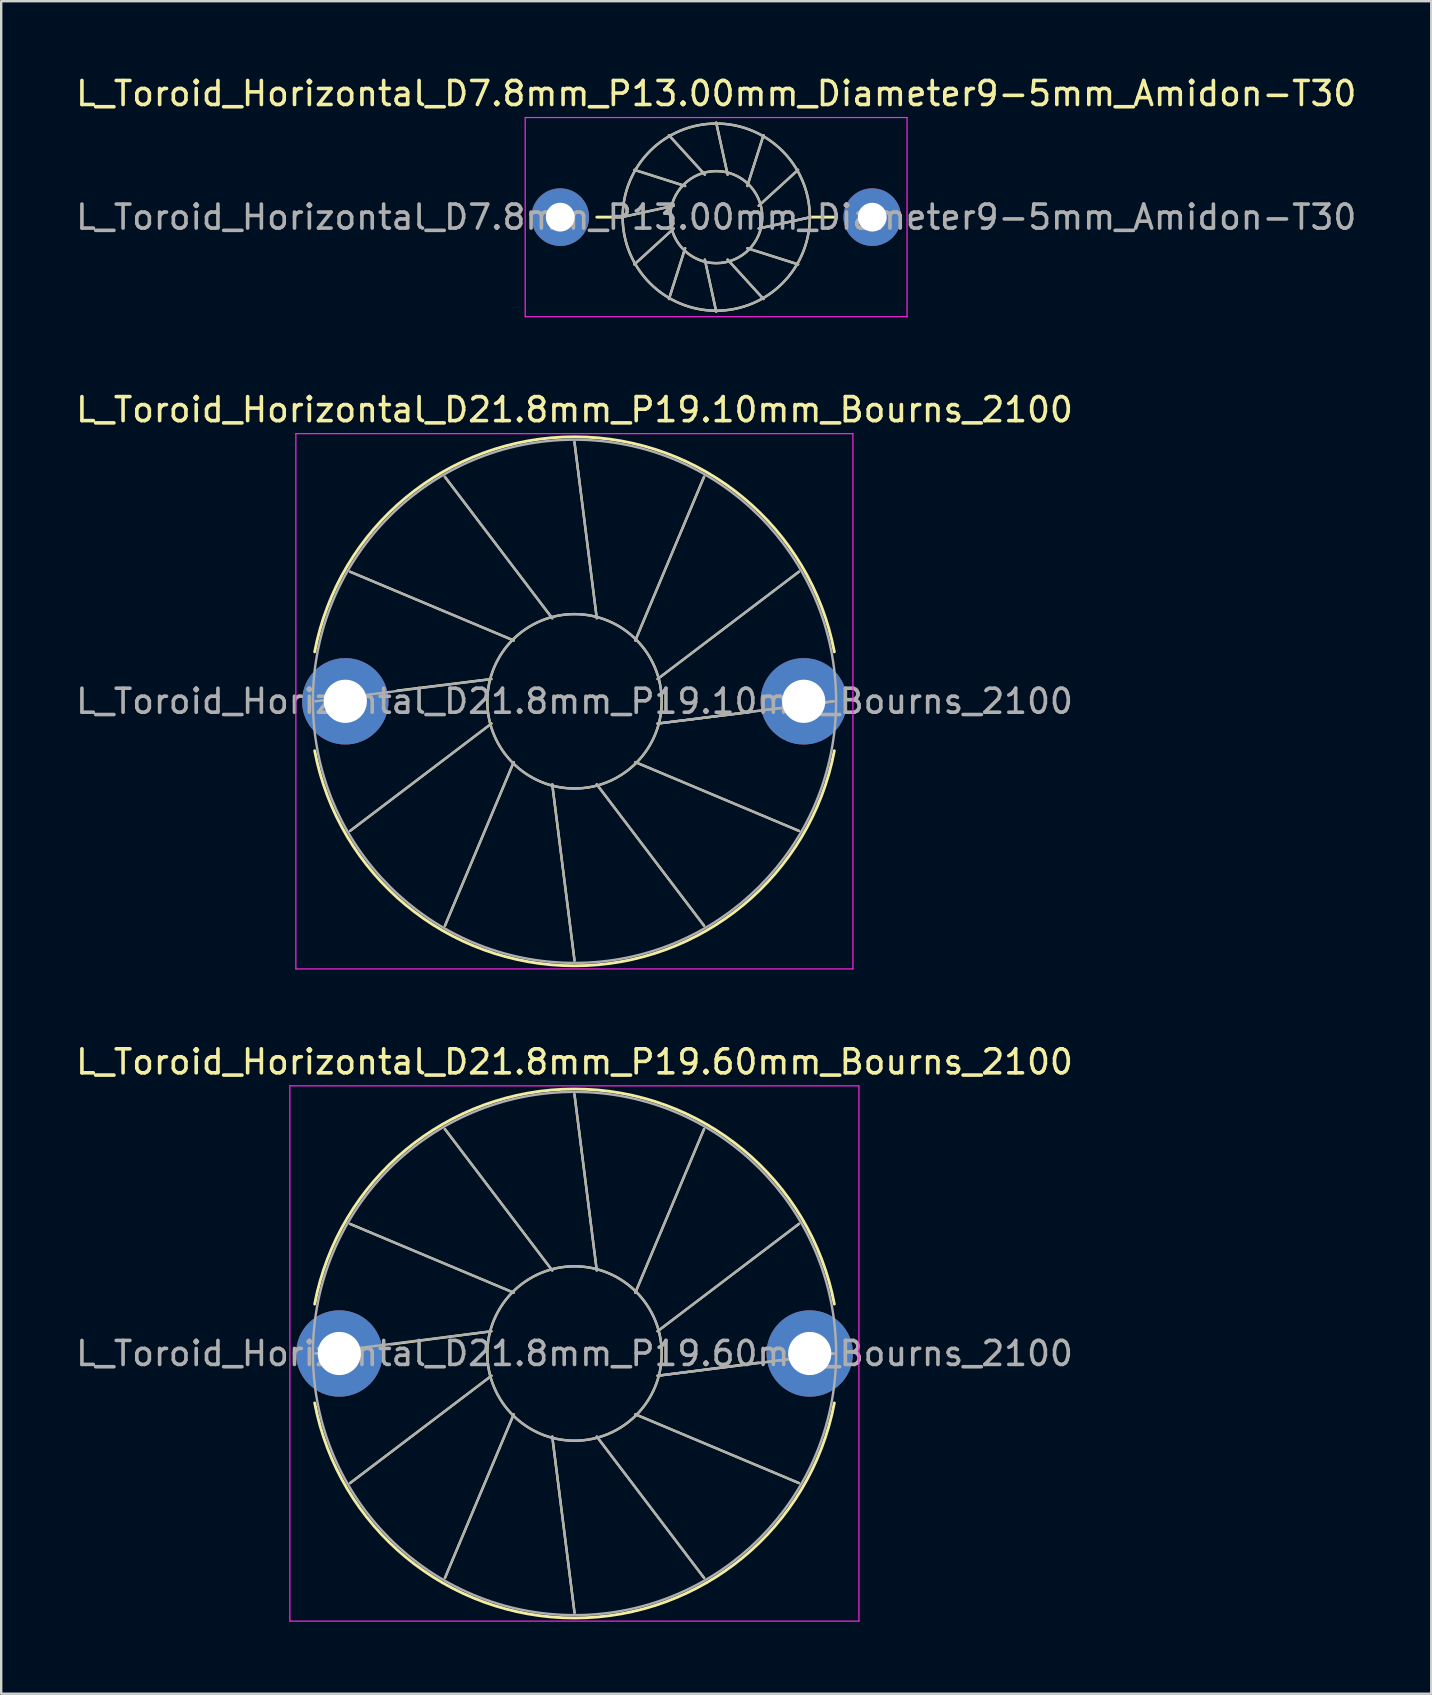
<source format=kicad_pcb>
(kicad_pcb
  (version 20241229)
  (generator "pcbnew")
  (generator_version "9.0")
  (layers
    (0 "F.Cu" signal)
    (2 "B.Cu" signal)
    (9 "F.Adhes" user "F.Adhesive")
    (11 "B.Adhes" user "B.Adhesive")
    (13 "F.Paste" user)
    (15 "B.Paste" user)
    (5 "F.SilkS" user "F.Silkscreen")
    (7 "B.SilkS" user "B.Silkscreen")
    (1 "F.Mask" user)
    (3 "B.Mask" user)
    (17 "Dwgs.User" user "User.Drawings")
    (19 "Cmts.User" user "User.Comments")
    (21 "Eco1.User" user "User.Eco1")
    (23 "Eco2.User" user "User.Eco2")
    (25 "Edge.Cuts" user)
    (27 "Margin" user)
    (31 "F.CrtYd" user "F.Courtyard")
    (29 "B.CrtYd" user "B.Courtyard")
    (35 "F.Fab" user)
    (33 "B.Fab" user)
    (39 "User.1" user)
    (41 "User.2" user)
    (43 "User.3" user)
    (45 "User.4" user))
  (footprint "L_Toroid_Horizontal_D7.8mm_P13.00mm_Diameter9-5mm_Amidon-T30"
    (layer "F.Cu")
    (at 20.292 5.997)
    (property "Reference" "L_Toroid_Horizontal_D7.8mm_P13.00mm_Diameter9-5mm_Amidon-T30" (at 6.5 -5.149 0) (layer "F.SilkS") (effects (font (size 1 1) (thickness 0.15))))
    (attr through_hole)
    (fp_line (start 2.561 0.000365) (end 4.729 -0.474) (stroke (width 0.1) (type solid)) (layer "F.SilkS"))
    (fp_line (start 2.601 0) (end 1.524 0) (stroke (width 0.12) (type solid)) (layer "F.SilkS"))
    (fp_line (start 3.089 -1.969) (end 5.203 -1.296) (stroke (width 0.1) (type solid)) (layer "F.SilkS"))
    (fp_line (start 3.089 1.97) (end 4.729 0.475) (stroke (width 0.1) (type solid)) (layer "F.SilkS"))
    (fp_line (start 4.53 -3.411) (end 6.025 -1.771) (stroke (width 0.1) (type solid)) (layer "F.SilkS"))
    (fp_line (start 4.531 3.411) (end 5.204 1.297) (stroke (width 0.1) (type solid)) (layer "F.SilkS"))
    (fp_line (start 6.499 -3.939) (end 6.974 -1.771) (stroke (width 0.1) (type solid)) (layer "F.SilkS"))
    (fp_line (start 6.5 3.939) (end 6.026 1.771) (stroke (width 0.1) (type solid)) (layer "F.SilkS"))
    (fp_line (start 8.469 -3.411) (end 7.796 -1.297) (stroke (width 0.1) (type solid)) (layer "F.SilkS"))
    (fp_line (start 8.469 3.411) (end 6.975 1.771) (stroke (width 0.1) (type solid)) (layer "F.SilkS"))
    (fp_line (start 9.911 -1.97) (end 8.271 -0.475) (stroke (width 0.1) (type solid)) (layer "F.SilkS"))
    (fp_line (start 9.911 1.969) (end 7.797 1.297) (stroke (width 0.1) (type solid)) (layer "F.SilkS"))
    (fp_line (start 10.439 -0.001) (end 8.271 0.474) (stroke (width 0.1) (type solid)) (layer "F.SilkS"))
    (fp_line (start 10.439 -0.001) (end 11.43 0) (stroke (width 0.12) (type solid)) (layer "F.SilkS"))
    (fp_circle (center 6.5 0) (end 8.418 0) (stroke (width 0.1) (type solid)) (fill no) (layer "F.SilkS"))
    (fp_circle (center 6.5 0) (end 10.399 0) (stroke (width 0.1) (type solid)) (fill no) (layer "F.SilkS"))
    (fp_line (start -1.46 -4.15) (end -1.46 4.15) (stroke (width 0.05) (type solid)) (layer "F.CrtYd"))
    (fp_line (start -1.46 4.15) (end 14.45 4.15) (stroke (width 0.05) (type solid)) (layer "F.CrtYd"))
    (fp_line (start 14.45 -4.15) (end -1.46 -4.15) (stroke (width 0.05) (type solid)) (layer "F.CrtYd"))
    (fp_line (start 14.45 4.15) (end 14.45 -4.15) (stroke (width 0.05) (type solid)) (layer "F.CrtYd"))
    (fp_line (start 2.561 0.000365) (end 4.729 -0.474) (stroke (width 0.1) (type solid)) (layer "F.Fab"))
    (fp_line (start 3.089 -1.969) (end 5.203 -1.296) (stroke (width 0.1) (type solid)) (layer "F.Fab"))
    (fp_line (start 3.089 1.97) (end 4.729 0.475) (stroke (width 0.1) (type solid)) (layer "F.Fab"))
    (fp_line (start 4.53 -3.411) (end 6.025 -1.771) (stroke (width 0.1) (type solid)) (layer "F.Fab"))
    (fp_line (start 4.531 3.411) (end 5.204 1.297) (stroke (width 0.1) (type solid)) (layer "F.Fab"))
    (fp_line (start 6.499 -3.939) (end 6.974 -1.771) (stroke (width 0.1) (type solid)) (layer "F.Fab"))
    (fp_line (start 6.5 3.939) (end 6.026 1.771) (stroke (width 0.1) (type solid)) (layer "F.Fab"))
    (fp_line (start 8.469 -3.411) (end 7.796 -1.297) (stroke (width 0.1) (type solid)) (layer "F.Fab"))
    (fp_line (start 8.469 3.411) (end 6.975 1.771) (stroke (width 0.1) (type solid)) (layer "F.Fab"))
    (fp_line (start 9.911 -1.97) (end 8.271 -0.475) (stroke (width 0.1) (type solid)) (layer "F.Fab"))
    (fp_line (start 9.911 1.969) (end 7.797 1.297) (stroke (width 0.1) (type solid)) (layer "F.Fab"))
    (fp_line (start 10.439 -0.001) (end 8.271 0.474) (stroke (width 0.1) (type solid)) (layer "F.Fab"))
    (fp_line (start 10.439 0) (end 8.271 0.475) (stroke (width 0.1) (type solid)) (layer "F.Fab"))
    (fp_circle (center 6.5 0) (end 8.418 0) (stroke (width 0.1) (type solid)) (fill no) (layer "F.Fab"))
    (fp_circle (center 6.5 0) (end 10.399 0) (stroke (width 0.1) (type solid)) (fill no) (layer "F.Fab"))
    (fp_text user "${REFERENCE}" (at 6.5 0 0) (layer "F.Fab") (effects (font (size 1 1) (thickness 0.15))))
    (pad "1" thru_hole circle (at 0 0) (size 2.4 2.4) (drill 1.2) (layers "*.Cu" "*.Mask"))
    (pad "2" thru_hole circle (at 13 0) (size 2.4 2.4) (drill 1.2) (layers "*.Cu" "*.Mask")))
  (footprint "L_Toroid_Horizontal_D21.8mm_P19.60mm_Bourns_2100"
    (layer "F.Cu")
    (at 11.087 53.344)
    (property "Reference" "L_Toroid_Horizontal_D21.8mm_P19.60mm_Bourns_2100" (at 9.8 -12.15 0) (layer "F.SilkS") (effects (font (size 1 1) (thickness 0.15))))
    (attr through_hole)
    (fp_line (start 0.447 -5.399) (end 7.266 -2.534) (stroke (width 0.1) (type solid)) (layer "F.SilkS"))
    (fp_line (start 0.448 5.401) (end 6.339 0.928) (stroke (width 0.1) (type solid)) (layer "F.SilkS"))
    (fp_line (start 2.159 -0.381) (end 6.338 -0.927) (stroke (width 0.1) (type solid)) (layer "F.SilkS"))
    (fp_line (start 4.399 -9.352) (end 8.872 -3.461) (stroke (width 0.1) (type solid)) (layer "F.SilkS"))
    (fp_line (start 4.401 9.353) (end 7.266 2.534) (stroke (width 0.1) (type solid)) (layer "F.SilkS"))
    (fp_line (start 9.798 -10.8) (end 10.727 -3.462) (stroke (width 0.1) (type solid)) (layer "F.SilkS"))
    (fp_line (start 9.8 10.8) (end 8.873 3.462) (stroke (width 0.1) (type solid)) (layer "F.SilkS"))
    (fp_line (start 15.198 -9.354) (end 12.334 -2.534) (stroke (width 0.1) (type solid)) (layer "F.SilkS"))
    (fp_line (start 15.2 9.353) (end 10.728 3.461) (stroke (width 0.1) (type solid)) (layer "F.SilkS"))
    (fp_line (start 17.462 0.381) (end 13.262 0.927) (stroke (width 0.1) (type solid)) (layer "F.SilkS"))
    (fp_line (start 19.152 -5.401) (end 13.261 -0.928) (stroke (width 0.1) (type solid)) (layer "F.SilkS"))
    (fp_line (start 19.153 5.4) (end 12.334 2.534) (stroke (width 0.1) (type solid)) (layer "F.SilkS"))
    (fp_arc (start -1.025747 -2.06) (mid 9.8 -11.02) (end 20.625747 -2.06) (stroke (width 0.12) (type solid)) (layer "F.SilkS"))
    (fp_arc (start 20.625747 2.06) (mid 9.8 11.02) (end -1.025747 2.06) (stroke (width 0.12) (type solid)) (layer "F.SilkS"))
    (fp_circle (center 9.8 0) (end 13.433 0) (stroke (width 0.1) (type solid)) (fill no) (layer "F.SilkS"))
    (fp_line (start -2.06 -11.15) (end -2.06 11.15) (stroke (width 0.05) (type solid)) (layer "F.CrtYd"))
    (fp_line (start -2.06 11.15) (end 21.65 11.15) (stroke (width 0.05) (type solid)) (layer "F.CrtYd"))
    (fp_line (start 21.65 -11.15) (end -2.06 -11.15) (stroke (width 0.05) (type solid)) (layer "F.CrtYd"))
    (fp_line (start 21.65 11.15) (end 21.65 -11.15) (stroke (width 0.05) (type solid)) (layer "F.CrtYd"))
    (fp_line (start -1 0.001) (end 6.338 -0.927) (stroke (width 0.1) (type solid)) (layer "F.Fab"))
    (fp_line (start 0.447 -5.399) (end 7.266 -2.534) (stroke (width 0.1) (type solid)) (layer "F.Fab"))
    (fp_line (start 0.448 5.401) (end 6.339 0.928) (stroke (width 0.1) (type solid)) (layer "F.Fab"))
    (fp_line (start 4.399 -9.352) (end 8.872 -3.461) (stroke (width 0.1) (type solid)) (layer "F.Fab"))
    (fp_line (start 4.401 9.353) (end 7.266 2.534) (stroke (width 0.1) (type solid)) (layer "F.Fab"))
    (fp_line (start 9.798 -10.8) (end 10.727 -3.462) (stroke (width 0.1) (type solid)) (layer "F.Fab"))
    (fp_line (start 9.8 10.8) (end 8.873 3.462) (stroke (width 0.1) (type solid)) (layer "F.Fab"))
    (fp_line (start 15.198 -9.354) (end 12.334 -2.534) (stroke (width 0.1) (type solid)) (layer "F.Fab"))
    (fp_line (start 15.2 9.353) (end 10.728 3.461) (stroke (width 0.1) (type solid)) (layer "F.Fab"))
    (fp_line (start 19.152 -5.401) (end 13.261 -0.928) (stroke (width 0.1) (type solid)) (layer "F.Fab"))
    (fp_line (start 19.153 5.4) (end 12.334 2.534) (stroke (width 0.1) (type solid)) (layer "F.Fab"))
    (fp_line (start 20.6 -0.002) (end 13.262 0.927) (stroke (width 0.1) (type solid)) (layer "F.Fab"))
    (fp_line (start 20.6 0) (end 13.261 0.927) (stroke (width 0.1) (type solid)) (layer "F.Fab"))
    (fp_circle (center 9.8 0) (end 13.433 0) (stroke (width 0.1) (type solid)) (fill no) (layer "F.Fab"))
    (fp_circle (center 9.8 0) (end 20.7 0) (stroke (width 0.1) (type solid)) (fill no) (layer "F.Fab"))
    (fp_text user "${REFERENCE}" (at 9.8 0 0) (layer "F.Fab") (effects (font (size 1 1) (thickness 0.15))))
    (pad "1" thru_hole circle (at 0 0) (size 3.6 3.6) (drill 1.8) (layers "*.Cu" "*.Mask"))
    (pad "2" thru_hole circle (at 19.6 0) (size 3.6 3.6) (drill 1.8) (layers "*.Cu" "*.Mask")))
  (footprint "L_Toroid_Horizontal_D21.8mm_P19.10mm_Bourns_2100"
    (layer "F.Cu")
    (at 11.337 26.17)
    (property "Reference" "L_Toroid_Horizontal_D21.8mm_P19.10mm_Bourns_2100" (at 9.55 -12.15 0) (layer "F.SilkS") (effects (font (size 1 1) (thickness 0.15))))
    (attr through_hole)
    (fp_line (start 0.197 -5.399) (end 7.016 -2.534) (stroke (width 0.1) (type solid)) (layer "F.SilkS"))
    (fp_line (start 0.198 5.401) (end 6.089 0.928) (stroke (width 0.1) (type solid)) (layer "F.SilkS"))
    (fp_line (start 2.159 -0.445) (end 6.088 -0.927) (stroke (width 0.1) (type solid)) (layer "F.SilkS"))
    (fp_line (start 4.149 -9.352) (end 8.622 -3.461) (stroke (width 0.1) (type solid)) (layer "F.SilkS"))
    (fp_line (start 4.151 9.353) (end 7.016 2.534) (stroke (width 0.1) (type solid)) (layer "F.SilkS"))
    (fp_line (start 9.548 -10.8) (end 10.477 -3.462) (stroke (width 0.1) (type solid)) (layer "F.SilkS"))
    (fp_line (start 9.55 10.8) (end 8.623 3.462) (stroke (width 0.1) (type solid)) (layer "F.SilkS"))
    (fp_line (start 14.948 -9.354) (end 12.084 -2.534) (stroke (width 0.1) (type solid)) (layer "F.SilkS"))
    (fp_line (start 14.95 9.353) (end 10.478 3.461) (stroke (width 0.1) (type solid)) (layer "F.SilkS"))
    (fp_line (start 16.891 0.445) (end 13.011 0.927) (stroke (width 0.1) (type solid)) (layer "F.SilkS"))
    (fp_line (start 18.902 -5.401) (end 13.011 -0.928) (stroke (width 0.1) (type solid)) (layer "F.SilkS"))
    (fp_line (start 18.903 5.4) (end 12.084 2.534) (stroke (width 0.1) (type solid)) (layer "F.SilkS"))
    (fp_arc (start -1.275747 -2.06) (mid 9.55 -11.02) (end 20.375747 -2.06) (stroke (width 0.12) (type solid)) (layer "F.SilkS"))
    (fp_arc (start 20.375747 2.06) (mid 9.55 11.02) (end -1.275747 2.06) (stroke (width 0.12) (type solid)) (layer "F.SilkS"))
    (fp_circle (center 9.55 0) (end 13.183 0) (stroke (width 0.1) (type solid)) (fill no) (layer "F.SilkS"))
    (fp_line (start -2.06 -11.15) (end -2.06 11.15) (stroke (width 0.05) (type solid)) (layer "F.CrtYd"))
    (fp_line (start -2.06 11.15) (end 21.15 11.15) (stroke (width 0.05) (type solid)) (layer "F.CrtYd"))
    (fp_line (start 21.15 -11.15) (end -2.06 -11.15) (stroke (width 0.05) (type solid)) (layer "F.CrtYd"))
    (fp_line (start 21.15 11.15) (end 21.15 -11.15) (stroke (width 0.05) (type solid)) (layer "F.CrtYd"))
    (fp_line (start -1.25 0.001) (end 6.088 -0.927) (stroke (width 0.1) (type solid)) (layer "F.Fab"))
    (fp_line (start 0.197 -5.399) (end 7.016 -2.534) (stroke (width 0.1) (type solid)) (layer "F.Fab"))
    (fp_line (start 0.198 5.401) (end 6.089 0.928) (stroke (width 0.1) (type solid)) (layer "F.Fab"))
    (fp_line (start 4.149 -9.352) (end 8.622 -3.461) (stroke (width 0.1) (type solid)) (layer "F.Fab"))
    (fp_line (start 4.151 9.353) (end 7.016 2.534) (stroke (width 0.1) (type solid)) (layer "F.Fab"))
    (fp_line (start 9.548 -10.8) (end 10.477 -3.462) (stroke (width 0.1) (type solid)) (layer "F.Fab"))
    (fp_line (start 9.55 10.8) (end 8.623 3.462) (stroke (width 0.1) (type solid)) (layer "F.Fab"))
    (fp_line (start 14.948 -9.354) (end 12.084 -2.534) (stroke (width 0.1) (type solid)) (layer "F.Fab"))
    (fp_line (start 14.95 9.353) (end 10.478 3.461) (stroke (width 0.1) (type solid)) (layer "F.Fab"))
    (fp_line (start 18.902 -5.401) (end 13.011 -0.928) (stroke (width 0.1) (type solid)) (layer "F.Fab"))
    (fp_line (start 18.903 5.4) (end 12.084 2.534) (stroke (width 0.1) (type solid)) (layer "F.Fab"))
    (fp_line (start 20.35 -0.002) (end 13.012 0.927) (stroke (width 0.1) (type solid)) (layer "F.Fab"))
    (fp_line (start 20.35 0) (end 13.011 0.927) (stroke (width 0.1) (type solid)) (layer "F.Fab"))
    (fp_circle (center 9.55 0) (end 13.183 0) (stroke (width 0.1) (type solid)) (fill no) (layer "F.Fab"))
    (fp_circle (center 9.55 0) (end 20.45 0) (stroke (width 0.1) (type solid)) (fill no) (layer "F.Fab"))
    (fp_text user "${REFERENCE}" (at 9.55 0 0) (layer "F.Fab") (effects (font (size 1 1) (thickness 0.15))))
    (pad "1" thru_hole circle (at 0 0) (size 3.6 3.6) (drill 1.8) (layers "*.Cu" "*.Mask"))
    (pad "2" thru_hole circle (at 19.1 0) (size 3.6 3.6) (drill 1.8) (layers "*.Cu" "*.Mask")))
  (gr_rect
    (start -3 -3)
    (end 56.583 67.519)
    (stroke (width 0.1) (type default))
    (fill no)
    (layer "Edge.Cuts")))
</source>
